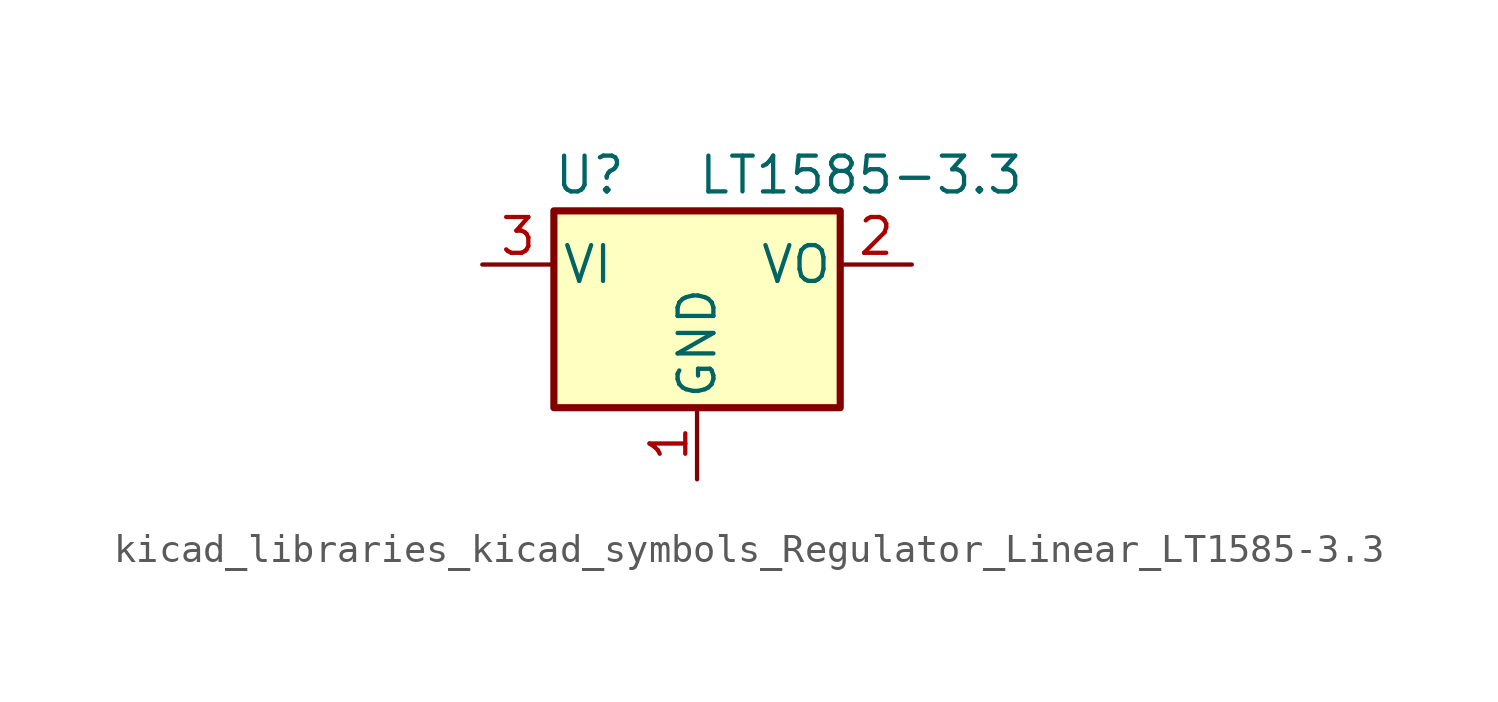
<source format=kicad_sym>
(kicad_symbol_lib
  (version 20220914)
  (generator kicad_symbol_editor)
  (symbol "kicad_libraries_kicad_symbols_Regulator_Linear_LT1585-3.3"
    (pin_names
      (offset 0.254))
    (property "Reference" "U"
      (at -3.81 3.175 0)
      (effects (font (size 1.27 1.27))))
    (property "Value" "LT1585-3.3"
      (at 0 3.175 0)
      (effects (font (size 1.27 1.27)) (justify left)))
    (symbol "kicad_libraries_kicad_symbols_Regulator_Linear_LT1585-3.3_0_1"
      (rectangle (start -5.08 -5.08) (end 5.08 1.905) (stroke (width 0.254) (type default)) (fill (type background))))
    (symbol "kicad_libraries_kicad_symbols_Regulator_Linear_LT1585-3.3_1_1"
      (pin power_in line (at 0 -7.62 90) (length 2.54) (name "GND" (effects (font (size 1.27 1.27)))) (number "1" (effects (font (size 1.27 1.27)))))
      (pin power_out line (at 7.62 0 180) (length 2.54) (name "VO" (effects (font (size 1.27 1.27)))) (number "2" (effects (font (size 1.27 1.27)))))
      (pin power_in line (at -7.62 0 0) (length 2.54) (name "VI" (effects (font (size 1.27 1.27)))) (number "3" (effects (font (size 1.27 1.27))))))))
</source>
